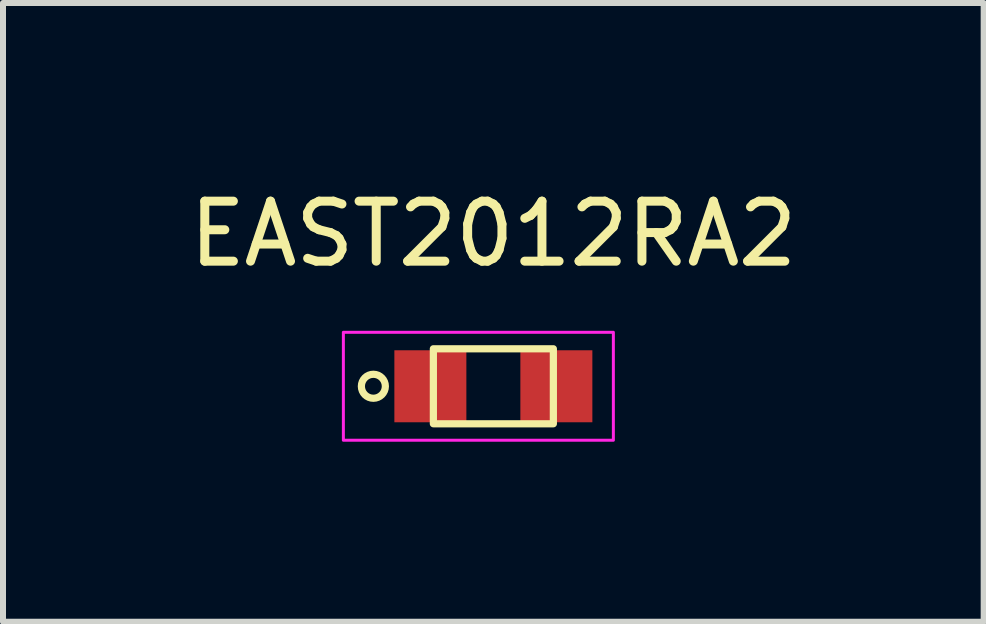
<source format=kicad_pcb>
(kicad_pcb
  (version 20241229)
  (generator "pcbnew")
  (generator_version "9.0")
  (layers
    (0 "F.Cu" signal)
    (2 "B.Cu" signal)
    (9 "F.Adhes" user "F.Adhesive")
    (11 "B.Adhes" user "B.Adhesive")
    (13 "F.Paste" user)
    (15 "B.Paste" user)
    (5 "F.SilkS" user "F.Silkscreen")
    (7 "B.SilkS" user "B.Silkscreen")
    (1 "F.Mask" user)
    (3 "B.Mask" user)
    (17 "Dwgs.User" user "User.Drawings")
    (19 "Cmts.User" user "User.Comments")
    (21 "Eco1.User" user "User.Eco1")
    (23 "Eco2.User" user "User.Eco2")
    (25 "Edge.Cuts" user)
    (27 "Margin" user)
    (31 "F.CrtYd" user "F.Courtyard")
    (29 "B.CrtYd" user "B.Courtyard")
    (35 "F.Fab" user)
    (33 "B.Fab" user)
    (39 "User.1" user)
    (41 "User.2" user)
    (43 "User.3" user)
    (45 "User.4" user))
  (footprint "EAST2012RA2"
    (layer "F.Cu")
    (at 5.173 3.388)
    (property "Reference" "EAST2012RA2" (at 0 -2.54 0) (unlocked yes) (layer "F.SilkS") (effects (font (size 1 1) (thickness 0.15))))
    (attr smd)
    (fp_rect (start -1 -0.625) (end 1 0.625) (stroke (width 0.12) (type solid)) (fill no) (layer "F.SilkS"))
    (fp_circle (center -2 0) (end -1.8 0) (stroke (width 0.12) (type solid)) (fill no) (layer "F.SilkS"))
    (fp_rect (start -2.5 -0.9) (end 2 0.9) (stroke (width 0.05) (type solid)) (fill no) (layer "F.CrtYd"))
    (pad "1" smd rect (at -1.05 0) (size 1.2 1.2) (layers "F.Cu" "F.Mask" "F.Paste"))
    (pad "2" smd rect (at 1.05 0) (size 1.2 1.2) (layers "F.Cu" "F.Mask" "F.Paste")))
  (gr_rect
    (start -3 -3)
    (end 13.345 7.313)
    (stroke (width 0.1) (type default))
    (fill no)
    (layer "Edge.Cuts")))
</source>
